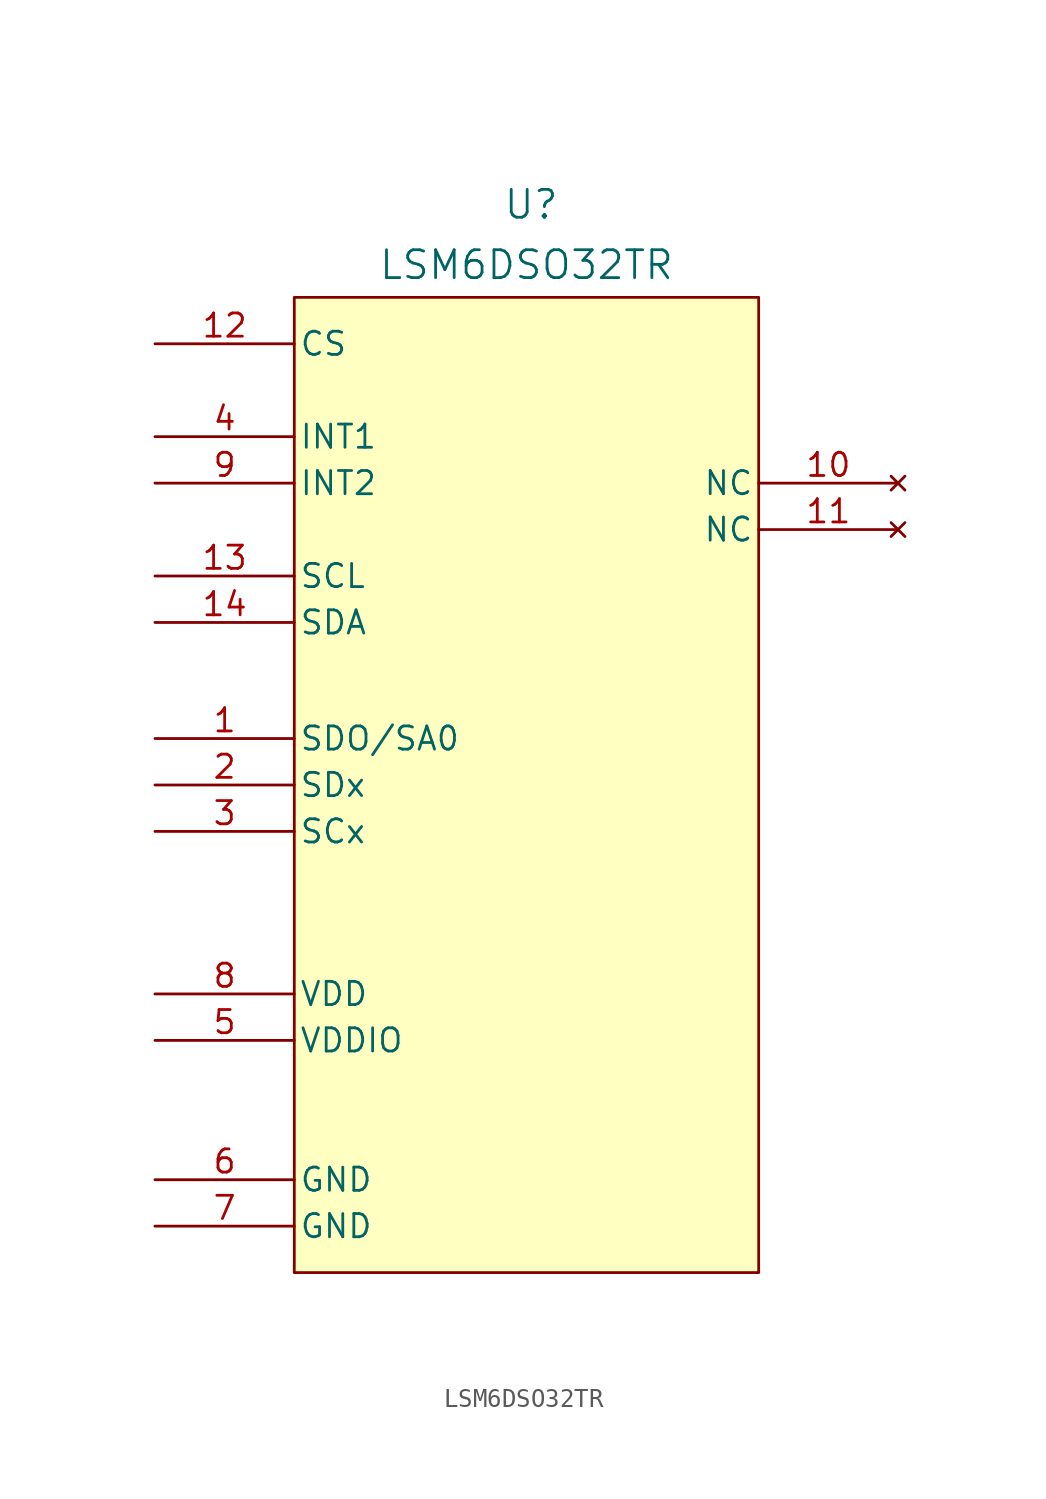
<source format=kicad_sym>
(kicad_symbol_lib
  (version 20241209)
  (generator "kicad_symbol_editor")
  (generator_version "9.0")
  (symbol "LSM6DSO32TR"
    (pin_names
      (offset 0.254))
    (property "Reference" "U"
      (at 20.574 7.62 0)
      (effects (font (size 1.524 1.524))))
    (property "Value" "LSM6DSO32TR"
      (at 20.32 4.318 0)
      (effects (font (size 1.524 1.524))))
    (property "ki_locked" ""
      (at 0 0 0)
      (effects (font (size 1.27 1.27))))
    (symbol "LSM6DSO32TR_0_1"
      (rectangle (start 7.62 2.54) (end 33.02 -50.8) (stroke (width 0) (type default)) (fill (type background)))
      (pin input line (at 0 0 0) (length 7.62) (name "CS" (effects (font (size 1.27 1.27)))) (number "12" (effects (font (size 1.27 1.27)))))
      (pin output line (at 0 -5.08 0) (length 7.62) (name "INT1" (effects (font (size 1.27 1.27)))) (number "4" (effects (font (size 1.27 1.27)))))
      (pin output line (at 0 -7.62 0) (length 7.62) (name "INT2" (effects (font (size 1.27 1.27)))) (number "9" (effects (font (size 1.27 1.27)))))
      (pin input line (at 0 -12.7 0) (length 7.62) (name "SCL" (effects (font (size 1.27 1.27)))) (number "13" (effects (font (size 1.27 1.27)))))
      (pin bidirectional line (at 0 -15.24 0) (length 7.62) (name "SDA" (effects (font (size 1.27 1.27)))) (number "14" (effects (font (size 1.27 1.27)))))
      (pin bidirectional line (at 0 -21.59 0) (length 7.62) (name "SDO/SA0" (effects (font (size 1.27 1.27)))) (number "1" (effects (font (size 1.27 1.27)))))
      (pin unspecified line (at 0 -24.13 0) (length 7.62) (name "SDx" (effects (font (size 1.27 1.27)))) (number "2" (effects (font (size 1.27 1.27)))))
      (pin unspecified line (at 0 -26.67 0) (length 7.62) (name "SCx" (effects (font (size 1.27 1.27)))) (number "3" (effects (font (size 1.27 1.27)))))
      (pin power_in line (at 0 -35.56 0) (length 7.62) (name "VDD" (effects (font (size 1.27 1.27)))) (number "8" (effects (font (size 1.27 1.27)))))
      (pin power_in line (at 0 -38.1 0) (length 7.62) (name "VDDIO" (effects (font (size 1.27 1.27)))) (number "5" (effects (font (size 1.27 1.27)))))
      (pin power_out line (at 0 -45.72 0) (length 7.62) (name "GND" (effects (font (size 1.27 1.27)))) (number "6" (effects (font (size 1.27 1.27)))))
      (pin power_out line (at 0 -48.26 0) (length 7.62) (name "GND" (effects (font (size 1.27 1.27)))) (number "7" (effects (font (size 1.27 1.27)))))
      (pin no_connect line (at 40.64 -7.62 180) (length 7.62) (name "NC" (effects (font (size 1.27 1.27)))) (number "10" (effects (font (size 1.27 1.27)))))
      (pin no_connect line (at 40.64 -10.16 180) (length 7.62) (name "NC" (effects (font (size 1.27 1.27)))) (number "11" (effects (font (size 1.27 1.27))))))))
</source>
